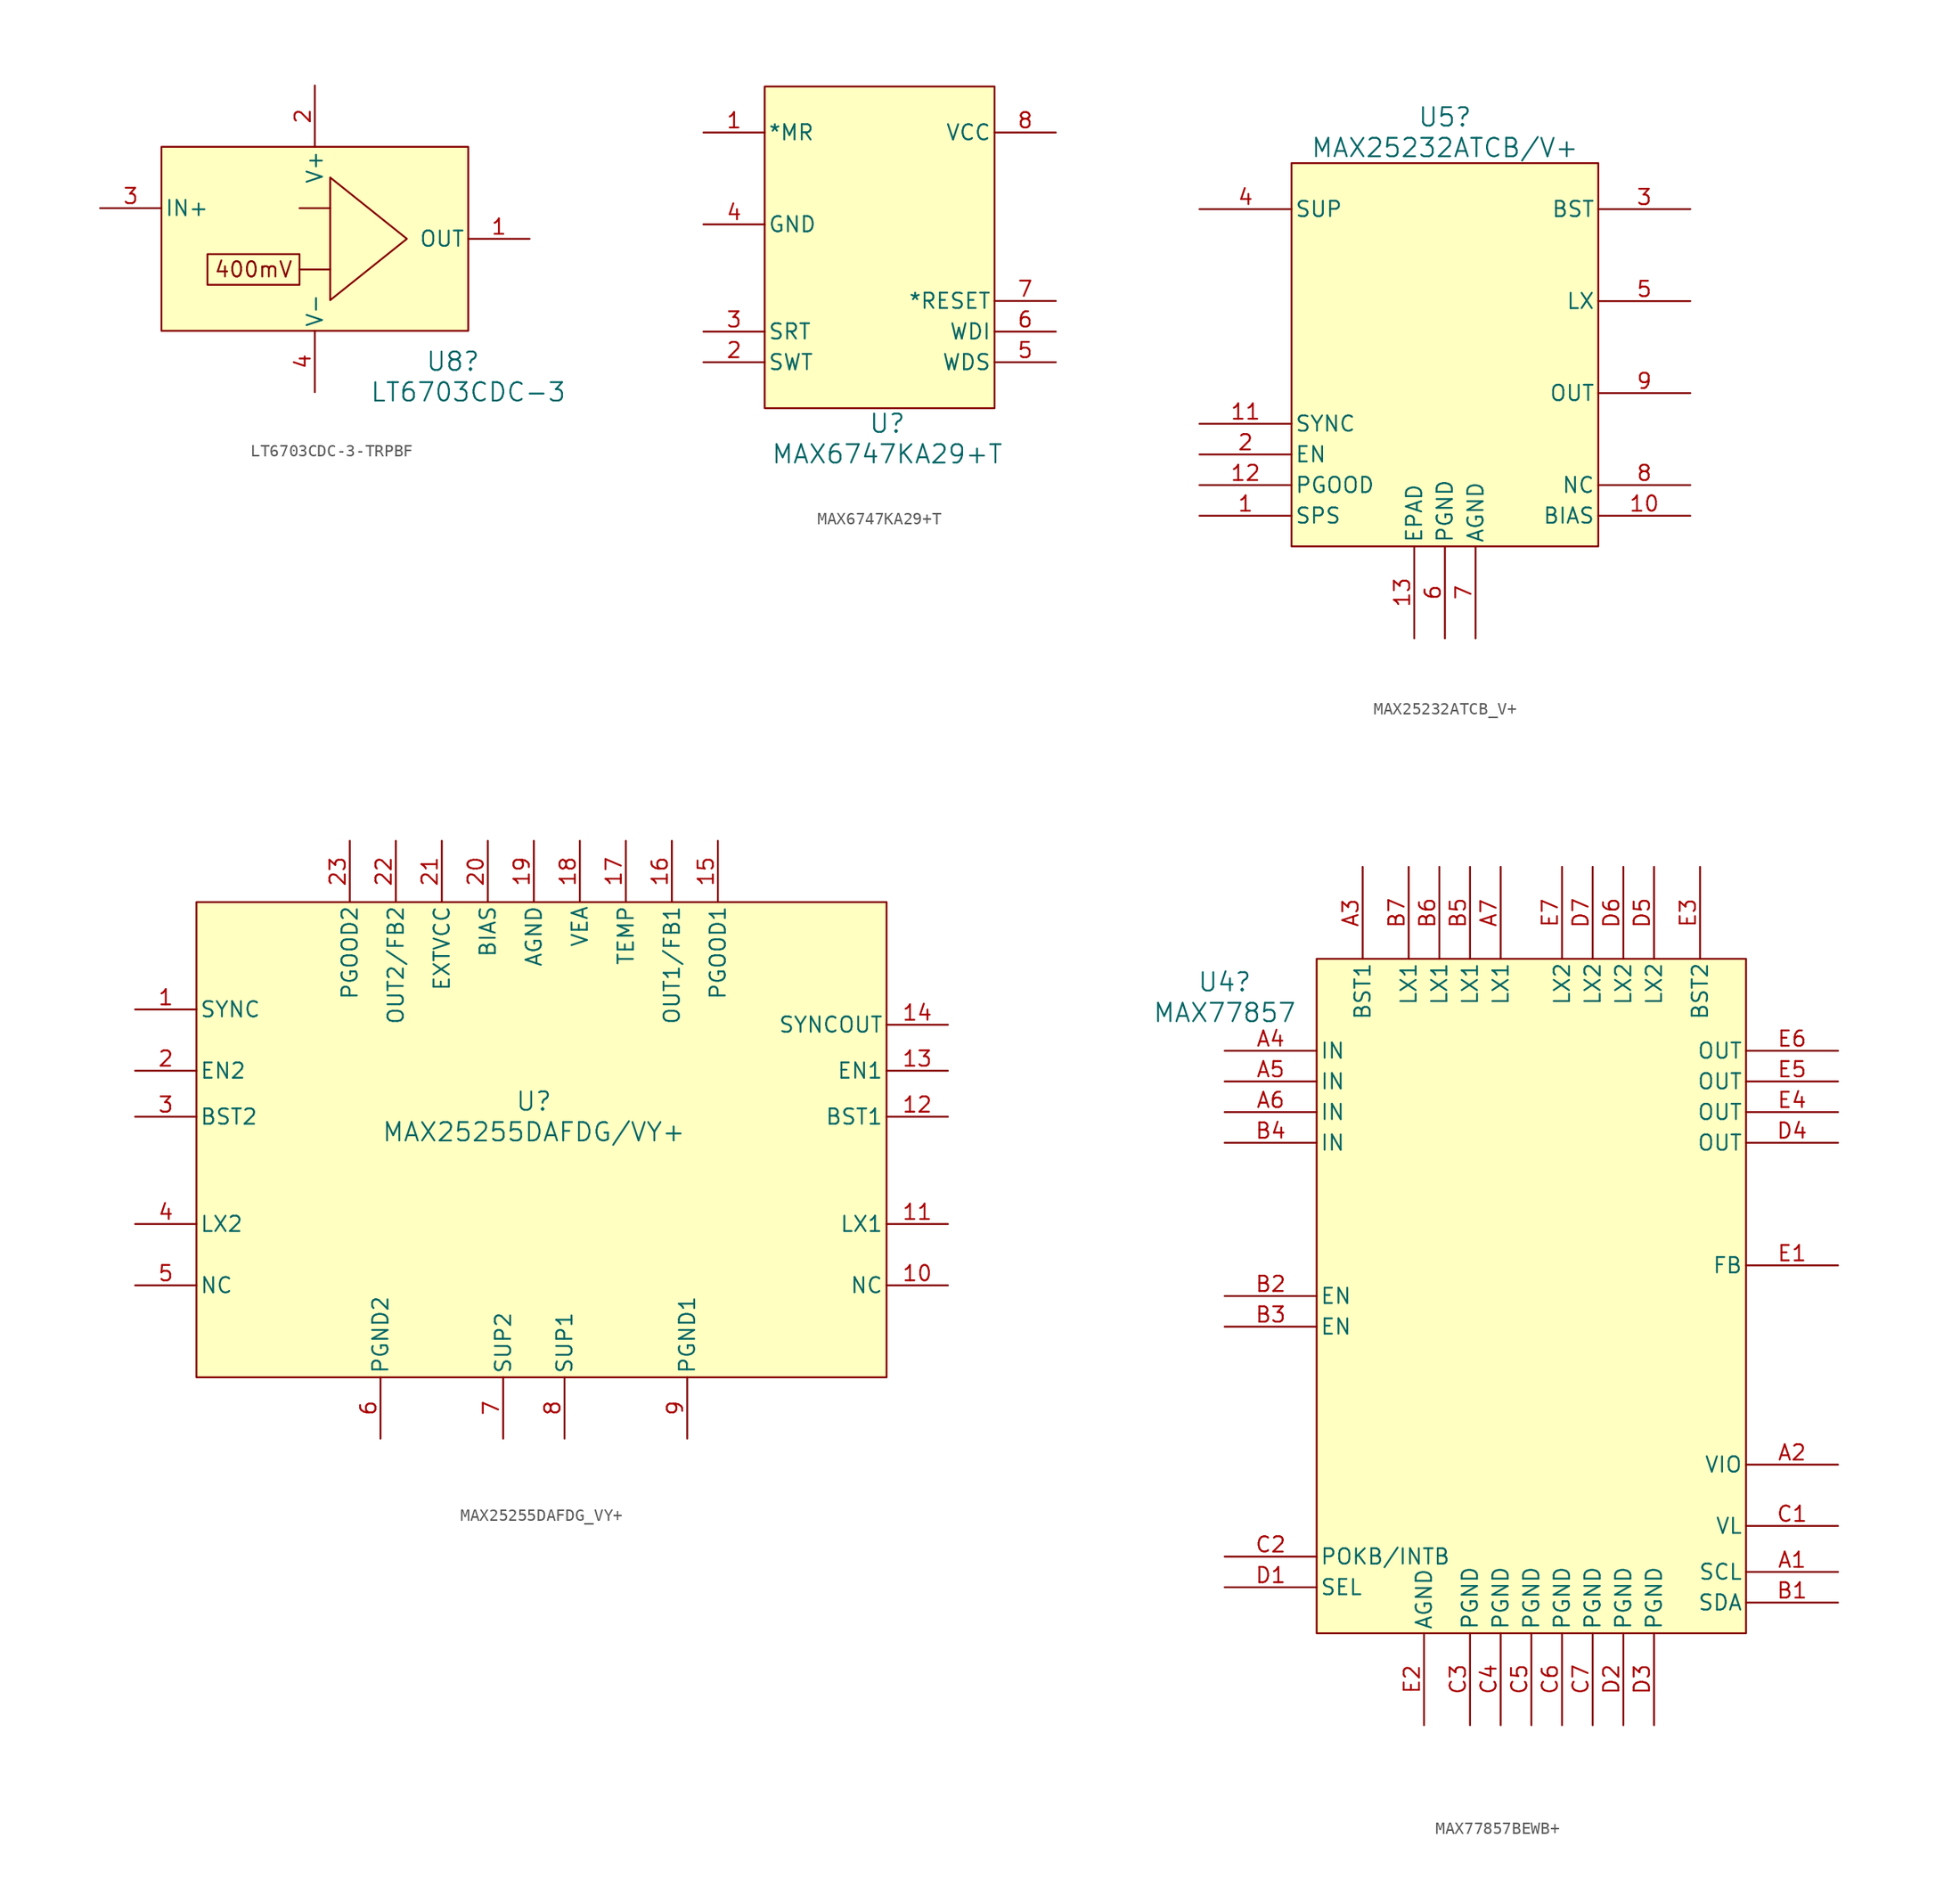
<source format=kicad_sym>
(kicad_symbol_lib
  (version 20220914)
  (generator kicad_symbol_editor)
  (symbol "LT6703CDC-3-TRPBF"
    (pin_names
      (offset 0.254))
    (property "Reference" "U8"
      (at 31.75 -12.7 0)
      (effects (font (size 1.524 1.524))))
    (property "Value" "LT6703CDC-3"
      (at 33.02 -15.24 0)
      (effects (font (size 1.524 1.524))))
    (property "ki_locked" ""
      (at 0 0 0)
      (effects (font (size 1.27 1.27))))
    (symbol "LT6703CDC-3-TRPBF_1_1"
      (polyline (pts (xy 21.59 -5.08) (xy 19.05 -5.08)) (stroke (width 0) (type default)) (fill (type none)))
      (polyline (pts (xy 21.59 0) (xy 19.05 0)) (stroke (width 0) (type default)) (fill (type none)))
      (polyline (pts (xy 21.59 2.54) (xy 27.94 -2.54) (xy 21.59 -7.62) (xy 21.59 2.54)) (stroke (width 0) (type default)) (fill (type none)))
      (rectangle (start 7.62 5.08) (end 33.02 -10.16) (stroke (width 0) (type default)) (fill (type background)))
      (rectangle (start 11.43 -3.81) (end 19.05 -6.35) (stroke (width 0) (type default)) (fill (type none)))
      (text "400mV\n" (at 15.24 -5.08 0) (effects (font (size 1.27 1.27))))
      (pin output line (at 38.1 -2.54 180) (length 5.08) (name "OUT" (effects (font (size 1.27 1.27)))) (number "1" (effects (font (size 1.27 1.27)))))
      (pin power_in line (at 20.32 10.16 270) (length 5.08) (name "V+" (effects (font (size 1.27 1.27)))) (number "2" (effects (font (size 1.27 1.27)))))
      (pin input line (at 2.54 0 0) (length 5.08) (name "IN+" (effects (font (size 1.27 1.27)))) (number "3" (effects (font (size 1.27 1.27)))))
      (pin power_out line (at 20.32 -15.24 90) (length 5.08) (name "V-" (effects (font (size 1.27 1.27)))) (number "4" (effects (font (size 1.27 1.27)))))))
  (symbol "MAX6747KA29+T"
    (pin_names
      (offset 0.254))
    (property "Reference" "U"
      (at 17.78 -22.86 0)
      (effects (font (size 1.524 1.524))))
    (property "Value" "MAX6747KA29+T"
      (at 17.78 -25.4 0)
      (effects (font (size 1.524 1.524))))
    (property "ki_locked" ""
      (at 0 0 0)
      (effects (font (size 1.27 1.27))))
    (symbol "MAX6747KA29+T_1_1"
      (rectangle (start 7.62 5.08) (end 26.67 -21.59) (stroke (width 0) (type default)) (fill (type background)))
      (pin input line (at 2.54 1.27 0) (length 5.08) (name "*MR" (effects (font (size 1.27 1.27)))) (number "1" (effects (font (size 1.27 1.27)))))
      (pin input line (at 2.54 -17.78 0) (length 5.08) (name "SWT" (effects (font (size 1.27 1.27)))) (number "2" (effects (font (size 1.27 1.27)))))
      (pin input line (at 2.54 -15.24 0) (length 5.08) (name "SRT" (effects (font (size 1.27 1.27)))) (number "3" (effects (font (size 1.27 1.27)))))
      (pin power_in line (at 2.54 -6.35 0) (length 5.08) (name "GND" (effects (font (size 1.27 1.27)))) (number "4" (effects (font (size 1.27 1.27)))))
      (pin unspecified line (at 31.75 -17.78 180) (length 5.08) (name "WDS" (effects (font (size 1.27 1.27)))) (number "5" (effects (font (size 1.27 1.27)))))
      (pin input line (at 31.75 -15.24 180) (length 5.08) (name "WDI" (effects (font (size 1.27 1.27)))) (number "6" (effects (font (size 1.27 1.27)))))
      (pin output line (at 31.75 -12.7 180) (length 5.08) (name "*RESET" (effects (font (size 1.27 1.27)))) (number "7" (effects (font (size 1.27 1.27)))))
      (pin power_in line (at 31.75 1.27 180) (length 5.08) (name "VCC" (effects (font (size 1.27 1.27)))) (number "8" (effects (font (size 1.27 1.27)))))))
  (symbol "MAX25232ATCB_V+"
    (pin_names
      (offset 0.254))
    (property "Reference" "U5"
      (at 20.32 8.89 0)
      (effects (font (size 1.524 1.524))))
    (property "Value" "MAX25232ATCB/V+"
      (at 20.32 6.35 0)
      (effects (font (size 1.524 1.524))))
    (property "ki_locked" ""
      (at 0 0 0)
      (effects (font (size 1.27 1.27))))
    (symbol "MAX25232ATCB_V+_0_1"
      (pin unspecified line (at 0 -24.13 0) (length 7.62) (name "SPS" (effects (font (size 1.27 1.27)))) (number "1" (effects (font (size 1.27 1.27)))))
      (pin unspecified line (at 40.64 -24.13 180) (length 7.62) (name "BIAS" (effects (font (size 1.27 1.27)))) (number "10" (effects (font (size 1.27 1.27)))))
      (pin input line (at 0 -16.51 0) (length 7.62) (name "SYNC" (effects (font (size 1.27 1.27)))) (number "11" (effects (font (size 1.27 1.27)))))
      (pin output line (at 0 -21.59 0) (length 7.62) (name "PGOOD" (effects (font (size 1.27 1.27)))) (number "12" (effects (font (size 1.27 1.27)))))
      (pin power_in line (at 17.78 -34.29 90) (length 7.62) (name "EPAD" (effects (font (size 1.27 1.27)))) (number "13" (effects (font (size 1.27 1.27)))))
      (pin input line (at 0 -19.05 0) (length 7.62) (name "EN" (effects (font (size 1.27 1.27)))) (number "2" (effects (font (size 1.27 1.27)))))
      (pin unspecified line (at 40.64 1.27 180) (length 7.62) (name "BST" (effects (font (size 1.27 1.27)))) (number "3" (effects (font (size 1.27 1.27)))))
      (pin input line (at 0 1.27 0) (length 7.62) (name "SUP" (effects (font (size 1.27 1.27)))) (number "4" (effects (font (size 1.27 1.27)))))
      (pin unspecified line (at 40.64 -6.35 180) (length 7.62) (name "LX" (effects (font (size 1.27 1.27)))) (number "5" (effects (font (size 1.27 1.27)))))
      (pin power_in line (at 20.32 -34.29 90) (length 7.62) (name "PGND" (effects (font (size 1.27 1.27)))) (number "6" (effects (font (size 1.27 1.27)))))
      (pin power_in line (at 22.86 -34.29 90) (length 7.62) (name "AGND" (effects (font (size 1.27 1.27)))) (number "7" (effects (font (size 1.27 1.27)))))
      (pin unspecified line (at 40.64 -21.59 180) (length 7.62) (name "NC" (effects (font (size 1.27 1.27)))) (number "8" (effects (font (size 1.27 1.27)))))
      (pin output line (at 40.64 -13.97 180) (length 7.62) (name "OUT" (effects (font (size 1.27 1.27)))) (number "9" (effects (font (size 1.27 1.27))))))
    (symbol "MAX25232ATCB_V+_1_1"
      (rectangle (start 7.62 5.08) (end 33.02 -26.67) (stroke (width 0) (type default)) (fill (type background)))))
  (symbol "MAX25255DAFDG_VY+"
    (pin_names
      (offset 0.254))
    (property "Reference" "U"
      (at 0 -29.21 0)
      (effects (font (size 1.524 1.524))))
    (property "Value" "MAX25255DAFDG/VY+"
      (at 0 -31.75 0)
      (effects (font (size 1.524 1.524))))
    (property "ki_locked" ""
      (at 0 0 0)
      (effects (font (size 1.27 1.27))))
    (symbol "MAX25255DAFDG_VY+_1_1"
      (rectangle (start -27.94 -12.7) (end 29.21 -52.07) (stroke (width 0) (type default)) (fill (type background)))
      (pin input line (at -33.02 -21.59 0) (length 5.08) (name "SYNC" (effects (font (size 1.27 1.27)))) (number "1" (effects (font (size 1.27 1.27)))))
      (pin unspecified line (at 34.29 -44.45 180) (length 5.08) (name "NC" (effects (font (size 1.27 1.27)))) (number "10" (effects (font (size 1.27 1.27)))))
      (pin unspecified line (at 34.29 -39.37 180) (length 5.08) (name "LX1" (effects (font (size 1.27 1.27)))) (number "11" (effects (font (size 1.27 1.27)))))
      (pin unspecified line (at 34.29 -30.48 180) (length 5.08) (name "BST1" (effects (font (size 1.27 1.27)))) (number "12" (effects (font (size 1.27 1.27)))))
      (pin input line (at 34.29 -26.67 180) (length 5.08) (name "EN1" (effects (font (size 1.27 1.27)))) (number "13" (effects (font (size 1.27 1.27)))))
      (pin output line (at 34.29 -22.86 180) (length 5.08) (name "SYNCOUT" (effects (font (size 1.27 1.27)))) (number "14" (effects (font (size 1.27 1.27)))))
      (pin output line (at 15.24 -7.62 270) (length 5.08) (name "PGOOD1" (effects (font (size 1.27 1.27)))) (number "15" (effects (font (size 1.27 1.27)))))
      (pin bidirectional line (at 11.43 -7.62 270) (length 5.08) (name "OUT1/FB1" (effects (font (size 1.27 1.27)))) (number "16" (effects (font (size 1.27 1.27)))))
      (pin unspecified line (at 7.62 -7.62 270) (length 5.08) (name "TEMP" (effects (font (size 1.27 1.27)))) (number "17" (effects (font (size 1.27 1.27)))))
      (pin output line (at 3.81 -7.62 270) (length 5.08) (name "VEA" (effects (font (size 1.27 1.27)))) (number "18" (effects (font (size 1.27 1.27)))))
      (pin power_in line (at 0 -7.62 270) (length 5.08) (name "AGND" (effects (font (size 1.27 1.27)))) (number "19" (effects (font (size 1.27 1.27)))))
      (pin input line (at -33.02 -26.67 0) (length 5.08) (name "EN2" (effects (font (size 1.27 1.27)))) (number "2" (effects (font (size 1.27 1.27)))))
      (pin output line (at -3.81 -7.62 270) (length 5.08) (name "BIAS" (effects (font (size 1.27 1.27)))) (number "20" (effects (font (size 1.27 1.27)))))
      (pin input line (at -7.62 -7.62 270) (length 5.08) (name "EXTVCC" (effects (font (size 1.27 1.27)))) (number "21" (effects (font (size 1.27 1.27)))))
      (pin bidirectional line (at -11.43 -7.62 270) (length 5.08) (name "OUT2/FB2" (effects (font (size 1.27 1.27)))) (number "22" (effects (font (size 1.27 1.27)))))
      (pin output line (at -15.24 -7.62 270) (length 5.08) (name "PGOOD2" (effects (font (size 1.27 1.27)))) (number "23" (effects (font (size 1.27 1.27)))))
      (pin unspecified line (at -33.02 -30.48 0) (length 5.08) (name "BST2" (effects (font (size 1.27 1.27)))) (number "3" (effects (font (size 1.27 1.27)))))
      (pin unspecified line (at -33.02 -39.37 0) (length 5.08) (name "LX2" (effects (font (size 1.27 1.27)))) (number "4" (effects (font (size 1.27 1.27)))))
      (pin unspecified line (at -33.02 -44.45 0) (length 5.08) (name "NC" (effects (font (size 1.27 1.27)))) (number "5" (effects (font (size 1.27 1.27)))))
      (pin power_in line (at -12.7 -57.15 90) (length 5.08) (name "PGND2" (effects (font (size 1.27 1.27)))) (number "6" (effects (font (size 1.27 1.27)))))
      (pin unspecified line (at -2.54 -57.15 90) (length 5.08) (name "SUP2" (effects (font (size 1.27 1.27)))) (number "7" (effects (font (size 1.27 1.27)))))
      (pin unspecified line (at 2.54 -57.15 90) (length 5.08) (name "SUP1" (effects (font (size 1.27 1.27)))) (number "8" (effects (font (size 1.27 1.27)))))
      (pin unspecified line (at 12.7 -57.15 90) (length 5.08) (name "PGND1" (effects (font (size 1.27 1.27)))) (number "9" (effects (font (size 1.27 1.27)))))))
  (symbol "MAX77857BEWB+"
    (pin_names
      (offset 0.254))
    (property "Reference" "U4"
      (at 0 3.15 0)
      (effects (font (size 1.524 1.524))))
    (property "Value" "MAX77857"
      (at 0 0.61 0)
      (effects (font (size 1.524 1.524))))
    (property "ki_locked" ""
      (at 0 0 0)
      (effects (font (size 1.27 1.27))))
    (symbol "MAX77857BEWB+_0_1"
      (pin input line (at 50.8 -45.72 180) (length 7.62) (name "SCL" (effects (font (size 1.27 1.27)))) (number "A1" (effects (font (size 1.27 1.27)))))
      (pin input line (at 50.8 -36.83 180) (length 7.62) (name "VIO" (effects (font (size 1.27 1.27)))) (number "A2" (effects (font (size 1.27 1.27)))))
      (pin unspecified line (at 11.43 12.7 270) (length 7.62) (name "BST1" (effects (font (size 1.27 1.27)))) (number "A3" (effects (font (size 1.27 1.27)))))
      (pin input line (at 0 -2.54 0) (length 7.62) (name "IN" (effects (font (size 1.27 1.27)))) (number "A4" (effects (font (size 1.27 1.27)))))
      (pin input line (at 0 -5.08 0) (length 7.62) (name "IN" (effects (font (size 1.27 1.27)))) (number "A5" (effects (font (size 1.27 1.27)))))
      (pin input line (at 0 -7.62 0) (length 7.62) (name "IN" (effects (font (size 1.27 1.27)))) (number "A6" (effects (font (size 1.27 1.27)))))
      (pin power_in line (at 22.86 12.7 270) (length 7.62) (name "LX1" (effects (font (size 1.27 1.27)))) (number "A7" (effects (font (size 1.27 1.27)))))
      (pin bidirectional line (at 50.8 -48.26 180) (length 7.62) (name "SDA" (effects (font (size 1.27 1.27)))) (number "B1" (effects (font (size 1.27 1.27)))))
      (pin input line (at 0 -22.86 0) (length 7.62) (name "EN" (effects (font (size 1.27 1.27)))) (number "B2" (effects (font (size 1.27 1.27)))))
      (pin input line (at 0 -25.4 0) (length 7.62) (name "EN" (effects (font (size 1.27 1.27)))) (number "B3" (effects (font (size 1.27 1.27)))))
      (pin input line (at 0 -10.16 0) (length 7.62) (name "IN" (effects (font (size 1.27 1.27)))) (number "B4" (effects (font (size 1.27 1.27)))))
      (pin power_in line (at 20.32 12.7 270) (length 7.62) (name "LX1" (effects (font (size 1.27 1.27)))) (number "B5" (effects (font (size 1.27 1.27)))))
      (pin power_in line (at 17.78 12.7 270) (length 7.62) (name "LX1" (effects (font (size 1.27 1.27)))) (number "B6" (effects (font (size 1.27 1.27)))))
      (pin power_in line (at 15.24 12.7 270) (length 7.62) (name "LX1" (effects (font (size 1.27 1.27)))) (number "B7" (effects (font (size 1.27 1.27)))))
      (pin unspecified line (at 50.8 -41.91 180) (length 7.62) (name "VL" (effects (font (size 1.27 1.27)))) (number "C1" (effects (font (size 1.27 1.27)))))
      (pin output line (at 0 -44.45 0) (length 7.62) (name "POKB/INTB" (effects (font (size 1.27 1.27)))) (number "C2" (effects (font (size 1.27 1.27)))))
      (pin power_in line (at 20.32 -58.42 90) (length 7.62) (name "PGND" (effects (font (size 1.27 1.27)))) (number "C3" (effects (font (size 1.27 1.27)))))
      (pin power_in line (at 22.86 -58.42 90) (length 7.62) (name "PGND" (effects (font (size 1.27 1.27)))) (number "C4" (effects (font (size 1.27 1.27)))))
      (pin power_in line (at 25.4 -58.42 90) (length 7.62) (name "PGND" (effects (font (size 1.27 1.27)))) (number "C5" (effects (font (size 1.27 1.27)))))
      (pin power_in line (at 27.94 -58.42 90) (length 7.62) (name "PGND" (effects (font (size 1.27 1.27)))) (number "C6" (effects (font (size 1.27 1.27)))))
      (pin power_in line (at 30.48 -58.42 90) (length 7.62) (name "PGND" (effects (font (size 1.27 1.27)))) (number "C7" (effects (font (size 1.27 1.27)))))
      (pin unspecified line (at 0 -46.99 0) (length 7.62) (name "SEL" (effects (font (size 1.27 1.27)))) (number "D1" (effects (font (size 1.27 1.27)))))
      (pin power_in line (at 33.02 -58.42 90) (length 7.62) (name "PGND" (effects (font (size 1.27 1.27)))) (number "D2" (effects (font (size 1.27 1.27)))))
      (pin power_in line (at 35.56 -58.42 90) (length 7.62) (name "PGND" (effects (font (size 1.27 1.27)))) (number "D3" (effects (font (size 1.27 1.27)))))
      (pin output line (at 50.8 -10.16 180) (length 7.62) (name "OUT" (effects (font (size 1.27 1.27)))) (number "D4" (effects (font (size 1.27 1.27)))))
      (pin power_in line (at 35.56 12.7 270) (length 7.62) (name "LX2" (effects (font (size 1.27 1.27)))) (number "D5" (effects (font (size 1.27 1.27)))))
      (pin power_in line (at 33.02 12.7 270) (length 7.62) (name "LX2" (effects (font (size 1.27 1.27)))) (number "D6" (effects (font (size 1.27 1.27)))))
      (pin power_in line (at 30.48 12.7 270) (length 7.62) (name "LX2" (effects (font (size 1.27 1.27)))) (number "D7" (effects (font (size 1.27 1.27)))))
      (pin unspecified line (at 50.8 -20.32 180) (length 7.62) (name "FB" (effects (font (size 1.27 1.27)))) (number "E1" (effects (font (size 1.27 1.27)))))
      (pin power_in line (at 16.51 -58.42 90) (length 7.62) (name "AGND" (effects (font (size 1.27 1.27)))) (number "E2" (effects (font (size 1.27 1.27)))))
      (pin input line (at 39.37 12.7 270) (length 7.62) (name "BST2" (effects (font (size 1.27 1.27)))) (number "E3" (effects (font (size 1.27 1.27)))))
      (pin output line (at 50.8 -7.62 180) (length 7.62) (name "OUT" (effects (font (size 1.27 1.27)))) (number "E4" (effects (font (size 1.27 1.27)))))
      (pin output line (at 50.8 -5.08 180) (length 7.62) (name "OUT" (effects (font (size 1.27 1.27)))) (number "E5" (effects (font (size 1.27 1.27)))))
      (pin output line (at 50.8 -2.54 180) (length 7.62) (name "OUT" (effects (font (size 1.27 1.27)))) (number "E6" (effects (font (size 1.27 1.27)))))
      (pin power_in line (at 27.94 12.7 270) (length 7.62) (name "LX2" (effects (font (size 1.27 1.27)))) (number "E7" (effects (font (size 1.27 1.27))))))
    (symbol "MAX77857BEWB+_1_1"
      (rectangle (start 7.62 5.08) (end 43.18 -50.8) (stroke (width 0) (type default)) (fill (type background))))))
</source>
